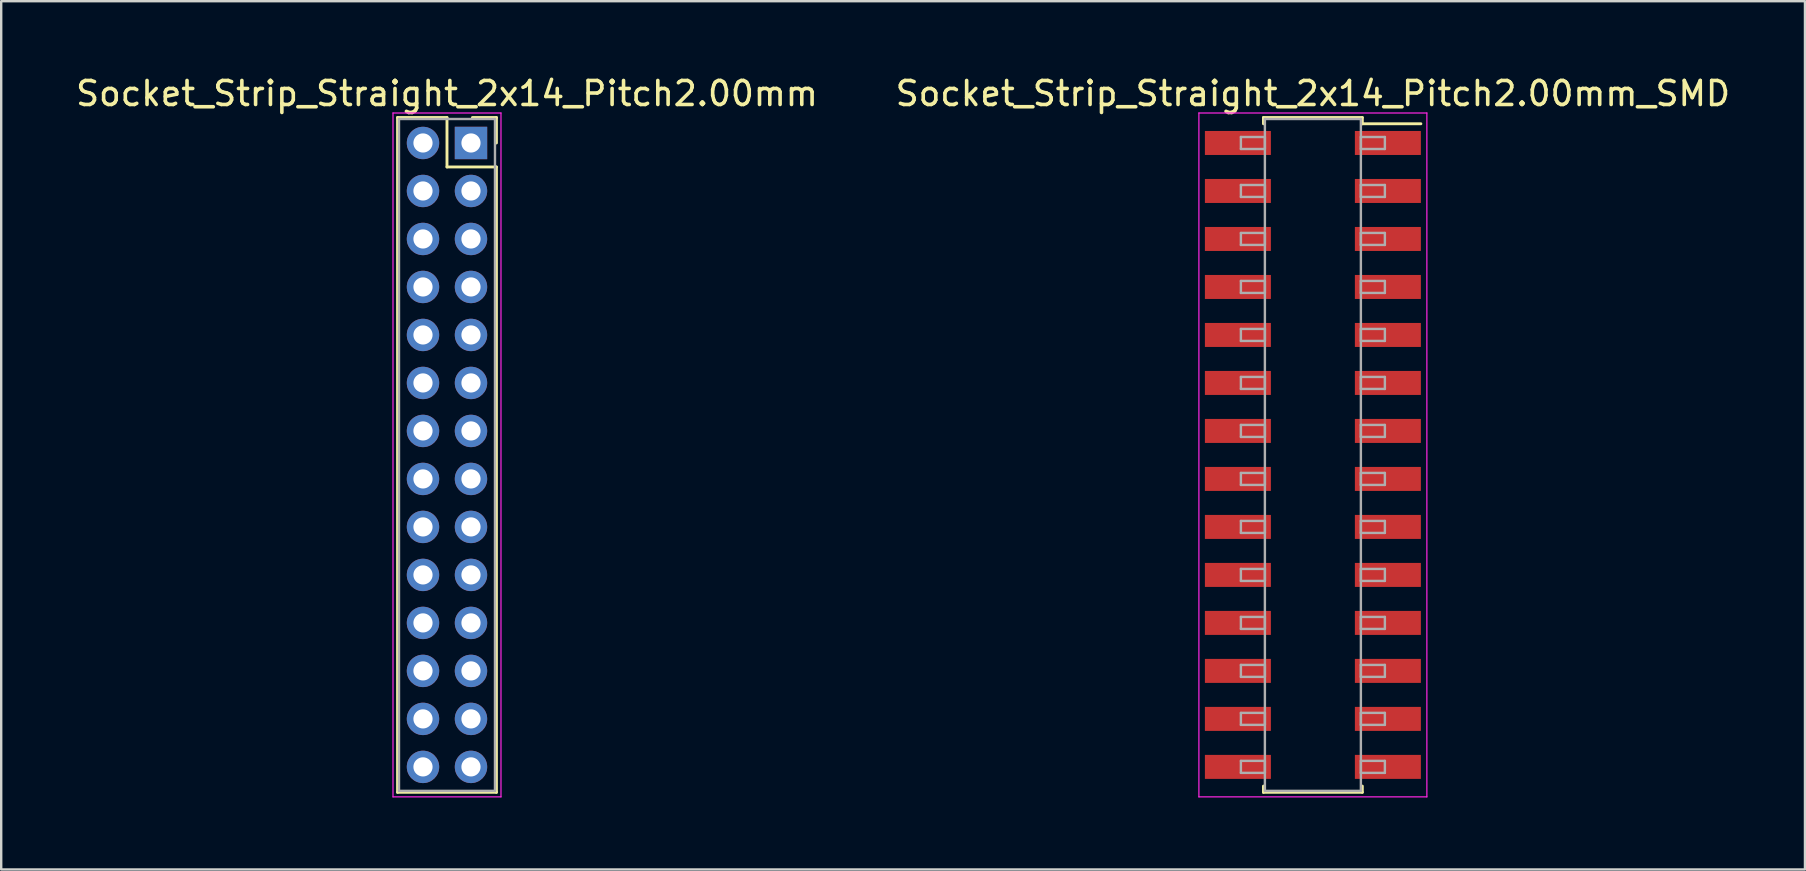
<source format=kicad_pcb>
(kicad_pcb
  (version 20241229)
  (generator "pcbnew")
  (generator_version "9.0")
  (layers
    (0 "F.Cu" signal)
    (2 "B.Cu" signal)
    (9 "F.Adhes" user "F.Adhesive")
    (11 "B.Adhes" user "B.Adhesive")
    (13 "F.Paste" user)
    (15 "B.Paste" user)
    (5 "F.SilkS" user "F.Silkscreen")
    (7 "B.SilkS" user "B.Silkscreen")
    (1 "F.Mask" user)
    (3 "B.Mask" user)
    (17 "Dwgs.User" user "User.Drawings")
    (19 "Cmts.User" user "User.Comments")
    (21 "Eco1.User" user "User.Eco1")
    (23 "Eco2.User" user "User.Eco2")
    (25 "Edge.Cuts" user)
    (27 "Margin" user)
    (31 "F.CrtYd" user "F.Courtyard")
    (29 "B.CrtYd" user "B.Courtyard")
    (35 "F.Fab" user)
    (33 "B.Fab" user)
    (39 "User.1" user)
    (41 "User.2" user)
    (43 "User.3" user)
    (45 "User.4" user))
  (footprint "Socket_Strip_Straight_2x14_Pitch2.00mm_SMD"
    (layer "F.Cu")
    (at 51.661 15.908)
    (property "Reference" "Socket_Strip_Straight_2x14_Pitch2.00mm_SMD" (at 0 -15.06 0) (layer "F.SilkS") (effects (font (size 1 1) (thickness 0.15))))
    (attr smd)
    (fp_line (start -2.06 -14.06) (end 2.06 -14.06) (stroke (width 0.12) (type solid)) (layer "F.SilkS"))
    (fp_line (start -2.06 -13.8) (end -2.06 -14.06) (stroke (width 0.12) (type solid)) (layer "F.SilkS"))
    (fp_line (start -2.06 13.8) (end -2.06 14.06) (stroke (width 0.12) (type solid)) (layer "F.SilkS"))
    (fp_line (start -2.06 14.06) (end 2.06 14.06) (stroke (width 0.12) (type solid)) (layer "F.SilkS"))
    (fp_line (start 2.06 -14.06) (end 2.06 -13.8) (stroke (width 0.12) (type solid)) (layer "F.SilkS"))
    (fp_line (start 2.06 14.06) (end 2.06 13.8) (stroke (width 0.12) (type solid)) (layer "F.SilkS"))
    (fp_line (start 4.5 -13.8) (end 2.06 -13.8) (stroke (width 0.12) (type solid)) (layer "F.SilkS"))
    (fp_line (start -4.75 -14.25) (end -4.75 14.25) (stroke (width 0.05) (type solid)) (layer "F.CrtYd"))
    (fp_line (start -4.75 14.25) (end 4.75 14.25) (stroke (width 0.05) (type solid)) (layer "F.CrtYd"))
    (fp_line (start 4.75 -14.25) (end -4.75 -14.25) (stroke (width 0.05) (type solid)) (layer "F.CrtYd"))
    (fp_line (start 4.75 14.25) (end 4.75 -14.25) (stroke (width 0.05) (type solid)) (layer "F.CrtYd"))
    (fp_line (start -3 -13.25) (end -2 -13.25) (stroke (width 0.1) (type solid)) (layer "F.Fab"))
    (fp_line (start -3 -12.75) (end -3 -13.25) (stroke (width 0.1) (type solid)) (layer "F.Fab"))
    (fp_line (start -3 -11.25) (end -2 -11.25) (stroke (width 0.1) (type solid)) (layer "F.Fab"))
    (fp_line (start -3 -10.75) (end -3 -11.25) (stroke (width 0.1) (type solid)) (layer "F.Fab"))
    (fp_line (start -3 -9.25) (end -2 -9.25) (stroke (width 0.1) (type solid)) (layer "F.Fab"))
    (fp_line (start -3 -8.75) (end -3 -9.25) (stroke (width 0.1) (type solid)) (layer "F.Fab"))
    (fp_line (start -3 -7.25) (end -2 -7.25) (stroke (width 0.1) (type solid)) (layer "F.Fab"))
    (fp_line (start -3 -6.75) (end -3 -7.25) (stroke (width 0.1) (type solid)) (layer "F.Fab"))
    (fp_line (start -3 -5.25) (end -2 -5.25) (stroke (width 0.1) (type solid)) (layer "F.Fab"))
    (fp_line (start -3 -4.75) (end -3 -5.25) (stroke (width 0.1) (type solid)) (layer "F.Fab"))
    (fp_line (start -3 -3.25) (end -2 -3.25) (stroke (width 0.1) (type solid)) (layer "F.Fab"))
    (fp_line (start -3 -2.75) (end -3 -3.25) (stroke (width 0.1) (type solid)) (layer "F.Fab"))
    (fp_line (start -3 -1.25) (end -2 -1.25) (stroke (width 0.1) (type solid)) (layer "F.Fab"))
    (fp_line (start -3 -0.75) (end -3 -1.25) (stroke (width 0.1) (type solid)) (layer "F.Fab"))
    (fp_line (start -3 0.75) (end -2 0.75) (stroke (width 0.1) (type solid)) (layer "F.Fab"))
    (fp_line (start -3 1.25) (end -3 0.75) (stroke (width 0.1) (type solid)) (layer "F.Fab"))
    (fp_line (start -3 2.75) (end -2 2.75) (stroke (width 0.1) (type solid)) (layer "F.Fab"))
    (fp_line (start -3 3.25) (end -3 2.75) (stroke (width 0.1) (type solid)) (layer "F.Fab"))
    (fp_line (start -3 4.75) (end -2 4.75) (stroke (width 0.1) (type solid)) (layer "F.Fab"))
    (fp_line (start -3 5.25) (end -3 4.75) (stroke (width 0.1) (type solid)) (layer "F.Fab"))
    (fp_line (start -3 6.75) (end -2 6.75) (stroke (width 0.1) (type solid)) (layer "F.Fab"))
    (fp_line (start -3 7.25) (end -3 6.75) (stroke (width 0.1) (type solid)) (layer "F.Fab"))
    (fp_line (start -3 8.75) (end -2 8.75) (stroke (width 0.1) (type solid)) (layer "F.Fab"))
    (fp_line (start -3 9.25) (end -3 8.75) (stroke (width 0.1) (type solid)) (layer "F.Fab"))
    (fp_line (start -3 10.75) (end -2 10.75) (stroke (width 0.1) (type solid)) (layer "F.Fab"))
    (fp_line (start -3 11.25) (end -3 10.75) (stroke (width 0.1) (type solid)) (layer "F.Fab"))
    (fp_line (start -3 12.75) (end -2 12.75) (stroke (width 0.1) (type solid)) (layer "F.Fab"))
    (fp_line (start -3 13.25) (end -3 12.75) (stroke (width 0.1) (type solid)) (layer "F.Fab"))
    (fp_line (start -2 -14) (end -2 14) (stroke (width 0.1) (type solid)) (layer "F.Fab"))
    (fp_line (start -2 -13.25) (end -2 -12.75) (stroke (width 0.1) (type solid)) (layer "F.Fab"))
    (fp_line (start -2 -12.75) (end -3 -12.75) (stroke (width 0.1) (type solid)) (layer "F.Fab"))
    (fp_line (start -2 -11.25) (end -2 -10.75) (stroke (width 0.1) (type solid)) (layer "F.Fab"))
    (fp_line (start -2 -10.75) (end -3 -10.75) (stroke (width 0.1) (type solid)) (layer "F.Fab"))
    (fp_line (start -2 -9.25) (end -2 -8.75) (stroke (width 0.1) (type solid)) (layer "F.Fab"))
    (fp_line (start -2 -8.75) (end -3 -8.75) (stroke (width 0.1) (type solid)) (layer "F.Fab"))
    (fp_line (start -2 -7.25) (end -2 -6.75) (stroke (width 0.1) (type solid)) (layer "F.Fab"))
    (fp_line (start -2 -6.75) (end -3 -6.75) (stroke (width 0.1) (type solid)) (layer "F.Fab"))
    (fp_line (start -2 -5.25) (end -2 -4.75) (stroke (width 0.1) (type solid)) (layer "F.Fab"))
    (fp_line (start -2 -4.75) (end -3 -4.75) (stroke (width 0.1) (type solid)) (layer "F.Fab"))
    (fp_line (start -2 -3.25) (end -2 -2.75) (stroke (width 0.1) (type solid)) (layer "F.Fab"))
    (fp_line (start -2 -2.75) (end -3 -2.75) (stroke (width 0.1) (type solid)) (layer "F.Fab"))
    (fp_line (start -2 -1.25) (end -2 -0.75) (stroke (width 0.1) (type solid)) (layer "F.Fab"))
    (fp_line (start -2 -0.75) (end -3 -0.75) (stroke (width 0.1) (type solid)) (layer "F.Fab"))
    (fp_line (start -2 0.75) (end -2 1.25) (stroke (width 0.1) (type solid)) (layer "F.Fab"))
    (fp_line (start -2 1.25) (end -3 1.25) (stroke (width 0.1) (type solid)) (layer "F.Fab"))
    (fp_line (start -2 2.75) (end -2 3.25) (stroke (width 0.1) (type solid)) (layer "F.Fab"))
    (fp_line (start -2 3.25) (end -3 3.25) (stroke (width 0.1) (type solid)) (layer "F.Fab"))
    (fp_line (start -2 4.75) (end -2 5.25) (stroke (width 0.1) (type solid)) (layer "F.Fab"))
    (fp_line (start -2 5.25) (end -3 5.25) (stroke (width 0.1) (type solid)) (layer "F.Fab"))
    (fp_line (start -2 6.75) (end -2 7.25) (stroke (width 0.1) (type solid)) (layer "F.Fab"))
    (fp_line (start -2 7.25) (end -3 7.25) (stroke (width 0.1) (type solid)) (layer "F.Fab"))
    (fp_line (start -2 8.75) (end -2 9.25) (stroke (width 0.1) (type solid)) (layer "F.Fab"))
    (fp_line (start -2 9.25) (end -3 9.25) (stroke (width 0.1) (type solid)) (layer "F.Fab"))
    (fp_line (start -2 10.75) (end -2 11.25) (stroke (width 0.1) (type solid)) (layer "F.Fab"))
    (fp_line (start -2 11.25) (end -3 11.25) (stroke (width 0.1) (type solid)) (layer "F.Fab"))
    (fp_line (start -2 12.75) (end -2 13.25) (stroke (width 0.1) (type solid)) (layer "F.Fab"))
    (fp_line (start -2 13.25) (end -3 13.25) (stroke (width 0.1) (type solid)) (layer "F.Fab"))
    (fp_line (start -2 14) (end 2 14) (stroke (width 0.1) (type solid)) (layer "F.Fab"))
    (fp_line (start 2 -14) (end -2 -14) (stroke (width 0.1) (type solid)) (layer "F.Fab"))
    (fp_line (start 2 -13.25) (end 2 -12.75) (stroke (width 0.1) (type solid)) (layer "F.Fab"))
    (fp_line (start 2 -12.75) (end 3 -12.75) (stroke (width 0.1) (type solid)) (layer "F.Fab"))
    (fp_line (start 2 -11.25) (end 2 -10.75) (stroke (width 0.1) (type solid)) (layer "F.Fab"))
    (fp_line (start 2 -10.75) (end 3 -10.75) (stroke (width 0.1) (type solid)) (layer "F.Fab"))
    (fp_line (start 2 -9.25) (end 2 -8.75) (stroke (width 0.1) (type solid)) (layer "F.Fab"))
    (fp_line (start 2 -8.75) (end 3 -8.75) (stroke (width 0.1) (type solid)) (layer "F.Fab"))
    (fp_line (start 2 -7.25) (end 2 -6.75) (stroke (width 0.1) (type solid)) (layer "F.Fab"))
    (fp_line (start 2 -6.75) (end 3 -6.75) (stroke (width 0.1) (type solid)) (layer "F.Fab"))
    (fp_line (start 2 -5.25) (end 2 -4.75) (stroke (width 0.1) (type solid)) (layer "F.Fab"))
    (fp_line (start 2 -4.75) (end 3 -4.75) (stroke (width 0.1) (type solid)) (layer "F.Fab"))
    (fp_line (start 2 -3.25) (end 2 -2.75) (stroke (width 0.1) (type solid)) (layer "F.Fab"))
    (fp_line (start 2 -2.75) (end 3 -2.75) (stroke (width 0.1) (type solid)) (layer "F.Fab"))
    (fp_line (start 2 -1.25) (end 2 -0.75) (stroke (width 0.1) (type solid)) (layer "F.Fab"))
    (fp_line (start 2 -0.75) (end 3 -0.75) (stroke (width 0.1) (type solid)) (layer "F.Fab"))
    (fp_line (start 2 0.75) (end 2 1.25) (stroke (width 0.1) (type solid)) (layer "F.Fab"))
    (fp_line (start 2 1.25) (end 3 1.25) (stroke (width 0.1) (type solid)) (layer "F.Fab"))
    (fp_line (start 2 2.75) (end 2 3.25) (stroke (width 0.1) (type solid)) (layer "F.Fab"))
    (fp_line (start 2 3.25) (end 3 3.25) (stroke (width 0.1) (type solid)) (layer "F.Fab"))
    (fp_line (start 2 4.75) (end 2 5.25) (stroke (width 0.1) (type solid)) (layer "F.Fab"))
    (fp_line (start 2 5.25) (end 3 5.25) (stroke (width 0.1) (type solid)) (layer "F.Fab"))
    (fp_line (start 2 6.75) (end 2 7.25) (stroke (width 0.1) (type solid)) (layer "F.Fab"))
    (fp_line (start 2 7.25) (end 3 7.25) (stroke (width 0.1) (type solid)) (layer "F.Fab"))
    (fp_line (start 2 8.75) (end 2 9.25) (stroke (width 0.1) (type solid)) (layer "F.Fab"))
    (fp_line (start 2 9.25) (end 3 9.25) (stroke (width 0.1) (type solid)) (layer "F.Fab"))
    (fp_line (start 2 10.75) (end 2 11.25) (stroke (width 0.1) (type solid)) (layer "F.Fab"))
    (fp_line (start 2 11.25) (end 3 11.25) (stroke (width 0.1) (type solid)) (layer "F.Fab"))
    (fp_line (start 2 12.75) (end 2 13.25) (stroke (width 0.1) (type solid)) (layer "F.Fab"))
    (fp_line (start 2 13.25) (end 3 13.25) (stroke (width 0.1) (type solid)) (layer "F.Fab"))
    (fp_line (start 2 14) (end 2 -14) (stroke (width 0.1) (type solid)) (layer "F.Fab"))
    (fp_line (start 3 -13.25) (end 2 -13.25) (stroke (width 0.1) (type solid)) (layer "F.Fab"))
    (fp_line (start 3 -12.75) (end 3 -13.25) (stroke (width 0.1) (type solid)) (layer "F.Fab"))
    (fp_line (start 3 -11.25) (end 2 -11.25) (stroke (width 0.1) (type solid)) (layer "F.Fab"))
    (fp_line (start 3 -10.75) (end 3 -11.25) (stroke (width 0.1) (type solid)) (layer "F.Fab"))
    (fp_line (start 3 -9.25) (end 2 -9.25) (stroke (width 0.1) (type solid)) (layer "F.Fab"))
    (fp_line (start 3 -8.75) (end 3 -9.25) (stroke (width 0.1) (type solid)) (layer "F.Fab"))
    (fp_line (start 3 -7.25) (end 2 -7.25) (stroke (width 0.1) (type solid)) (layer "F.Fab"))
    (fp_line (start 3 -6.75) (end 3 -7.25) (stroke (width 0.1) (type solid)) (layer "F.Fab"))
    (fp_line (start 3 -5.25) (end 2 -5.25) (stroke (width 0.1) (type solid)) (layer "F.Fab"))
    (fp_line (start 3 -4.75) (end 3 -5.25) (stroke (width 0.1) (type solid)) (layer "F.Fab"))
    (fp_line (start 3 -3.25) (end 2 -3.25) (stroke (width 0.1) (type solid)) (layer "F.Fab"))
    (fp_line (start 3 -2.75) (end 3 -3.25) (stroke (width 0.1) (type solid)) (layer "F.Fab"))
    (fp_line (start 3 -1.25) (end 2 -1.25) (stroke (width 0.1) (type solid)) (layer "F.Fab"))
    (fp_line (start 3 -0.75) (end 3 -1.25) (stroke (width 0.1) (type solid)) (layer "F.Fab"))
    (fp_line (start 3 0.75) (end 2 0.75) (stroke (width 0.1) (type solid)) (layer "F.Fab"))
    (fp_line (start 3 1.25) (end 3 0.75) (stroke (width 0.1) (type solid)) (layer "F.Fab"))
    (fp_line (start 3 2.75) (end 2 2.75) (stroke (width 0.1) (type solid)) (layer "F.Fab"))
    (fp_line (start 3 3.25) (end 3 2.75) (stroke (width 0.1) (type solid)) (layer "F.Fab"))
    (fp_line (start 3 4.75) (end 2 4.75) (stroke (width 0.1) (type solid)) (layer "F.Fab"))
    (fp_line (start 3 5.25) (end 3 4.75) (stroke (width 0.1) (type solid)) (layer "F.Fab"))
    (fp_line (start 3 6.75) (end 2 6.75) (stroke (width 0.1) (type solid)) (layer "F.Fab"))
    (fp_line (start 3 7.25) (end 3 6.75) (stroke (width 0.1) (type solid)) (layer "F.Fab"))
    (fp_line (start 3 8.75) (end 2 8.75) (stroke (width 0.1) (type solid)) (layer "F.Fab"))
    (fp_line (start 3 9.25) (end 3 8.75) (stroke (width 0.1) (type solid)) (layer "F.Fab"))
    (fp_line (start 3 10.75) (end 2 10.75) (stroke (width 0.1) (type solid)) (layer "F.Fab"))
    (fp_line (start 3 11.25) (end 3 10.75) (stroke (width 0.1) (type solid)) (layer "F.Fab"))
    (fp_line (start 3 12.75) (end 2 12.75) (stroke (width 0.1) (type solid)) (layer "F.Fab"))
    (fp_line (start 3 13.25) (end 3 12.75) (stroke (width 0.1) (type solid)) (layer "F.Fab"))
    (pad "1" smd rect (at 3.125 -13) (size 2.75 1) (layers "F.Cu" "F.Mask"))
    (pad "2" smd rect (at -3.125 -13) (size 2.75 1) (layers "F.Cu" "F.Mask"))
    (pad "3" smd rect (at 3.125 -11) (size 2.75 1) (layers "F.Cu" "F.Mask"))
    (pad "4" smd rect (at -3.125 -11) (size 2.75 1) (layers "F.Cu" "F.Mask"))
    (pad "5" smd rect (at 3.125 -9) (size 2.75 1) (layers "F.Cu" "F.Mask"))
    (pad "6" smd rect (at -3.125 -9) (size 2.75 1) (layers "F.Cu" "F.Mask"))
    (pad "7" smd rect (at 3.125 -7) (size 2.75 1) (layers "F.Cu" "F.Mask"))
    (pad "8" smd rect (at -3.125 -7) (size 2.75 1) (layers "F.Cu" "F.Mask"))
    (pad "9" smd rect (at 3.125 -5) (size 2.75 1) (layers "F.Cu" "F.Mask"))
    (pad "10" smd rect (at -3.125 -5) (size 2.75 1) (layers "F.Cu" "F.Mask"))
    (pad "11" smd rect (at 3.125 -3) (size 2.75 1) (layers "F.Cu" "F.Mask"))
    (pad "12" smd rect (at -3.125 -3) (size 2.75 1) (layers "F.Cu" "F.Mask"))
    (pad "13" smd rect (at 3.125 -1) (size 2.75 1) (layers "F.Cu" "F.Mask"))
    (pad "14" smd rect (at -3.125 -1) (size 2.75 1) (layers "F.Cu" "F.Mask"))
    (pad "15" smd rect (at 3.125 1) (size 2.75 1) (layers "F.Cu" "F.Mask"))
    (pad "16" smd rect (at -3.125 1) (size 2.75 1) (layers "F.Cu" "F.Mask"))
    (pad "17" smd rect (at 3.125 3) (size 2.75 1) (layers "F.Cu" "F.Mask"))
    (pad "18" smd rect (at -3.125 3) (size 2.75 1) (layers "F.Cu" "F.Mask"))
    (pad "19" smd rect (at 3.125 5) (size 2.75 1) (layers "F.Cu" "F.Mask"))
    (pad "20" smd rect (at -3.125 5) (size 2.75 1) (layers "F.Cu" "F.Mask"))
    (pad "21" smd rect (at 3.125 7) (size 2.75 1) (layers "F.Cu" "F.Mask"))
    (pad "22" smd rect (at -3.125 7) (size 2.75 1) (layers "F.Cu" "F.Mask"))
    (pad "23" smd rect (at 3.125 9) (size 2.75 1) (layers "F.Cu" "F.Mask"))
    (pad "24" smd rect (at -3.125 9) (size 2.75 1) (layers "F.Cu" "F.Mask"))
    (pad "25" smd rect (at 3.125 11) (size 2.75 1) (layers "F.Cu" "F.Mask"))
    (pad "26" smd rect (at -3.125 11) (size 2.75 1) (layers "F.Cu" "F.Mask"))
    (pad "27" smd rect (at 3.125 13) (size 2.75 1) (layers "F.Cu" "F.Mask"))
    (pad "28" smd rect (at -3.125 13) (size 2.75 1) (layers "F.Cu" "F.Mask")))
  (footprint "Socket_Strip_Straight_2x14_Pitch2.00mm"
    (layer "F.Cu")
    (at 16.577 2.908)
    (property "Reference" "Socket_Strip_Straight_2x14_Pitch2.00mm" (at -1 -2.06 0) (layer "F.SilkS") (effects (font (size 1 1) (thickness 0.15))))
    (attr through_hole)
    (fp_line (start -3.06 -1.06) (end -1 -1.06) (stroke (width 0.12) (type solid)) (layer "F.SilkS"))
    (fp_line (start -3.06 27.06) (end -3.06 -1.06) (stroke (width 0.12) (type solid)) (layer "F.SilkS"))
    (fp_line (start -1 -1.06) (end -1 1) (stroke (width 0.12) (type solid)) (layer "F.SilkS"))
    (fp_line (start -1 1) (end 1.06 1) (stroke (width 0.12) (type solid)) (layer "F.SilkS"))
    (fp_line (start 1.06 -1.06) (end 0.06 -1.06) (stroke (width 0.12) (type solid)) (layer "F.SilkS"))
    (fp_line (start 1.06 0) (end 1.06 -1.06) (stroke (width 0.12) (type solid)) (layer "F.SilkS"))
    (fp_line (start 1.06 1) (end 1.06 27.06) (stroke (width 0.12) (type solid)) (layer "F.SilkS"))
    (fp_line (start 1.06 27.06) (end -3.06 27.06) (stroke (width 0.12) (type solid)) (layer "F.SilkS"))
    (fp_line (start -3.25 -1.25) (end -3.25 27.25) (stroke (width 0.05) (type solid)) (layer "F.CrtYd"))
    (fp_line (start -3.25 27.25) (end 1.25 27.25) (stroke (width 0.05) (type solid)) (layer "F.CrtYd"))
    (fp_line (start 1.25 -1.25) (end -3.25 -1.25) (stroke (width 0.05) (type solid)) (layer "F.CrtYd"))
    (fp_line (start 1.25 27.25) (end 1.25 -1.25) (stroke (width 0.05) (type solid)) (layer "F.CrtYd"))
    (fp_line (start -3 -1) (end -3 27) (stroke (width 0.1) (type solid)) (layer "F.Fab"))
    (fp_line (start -3 27) (end 1 27) (stroke (width 0.1) (type solid)) (layer "F.Fab"))
    (fp_line (start 1 -1) (end -3 -1) (stroke (width 0.1) (type solid)) (layer "F.Fab"))
    (fp_line (start 1 27) (end 1 -1) (stroke (width 0.1) (type solid)) (layer "F.Fab"))
    (pad "1" thru_hole rect (at 0 0) (size 1.35 1.35) (drill 0.8) (layers "*.Cu" "*.Mask"))
    (pad "2" thru_hole oval (at -2 0) (size 1.35 1.35) (drill 0.8) (layers "*.Cu" "*.Mask"))
    (pad "3" thru_hole oval (at 0 2) (size 1.35 1.35) (drill 0.8) (layers "*.Cu" "*.Mask"))
    (pad "4" thru_hole oval (at -2 2) (size 1.35 1.35) (drill 0.8) (layers "*.Cu" "*.Mask"))
    (pad "5" thru_hole oval (at 0 4) (size 1.35 1.35) (drill 0.8) (layers "*.Cu" "*.Mask"))
    (pad "6" thru_hole oval (at -2 4) (size 1.35 1.35) (drill 0.8) (layers "*.Cu" "*.Mask"))
    (pad "7" thru_hole oval (at 0 6) (size 1.35 1.35) (drill 0.8) (layers "*.Cu" "*.Mask"))
    (pad "8" thru_hole oval (at -2 6) (size 1.35 1.35) (drill 0.8) (layers "*.Cu" "*.Mask"))
    (pad "9" thru_hole oval (at 0 8) (size 1.35 1.35) (drill 0.8) (layers "*.Cu" "*.Mask"))
    (pad "10" thru_hole oval (at -2 8) (size 1.35 1.35) (drill 0.8) (layers "*.Cu" "*.Mask"))
    (pad "11" thru_hole oval (at 0 10) (size 1.35 1.35) (drill 0.8) (layers "*.Cu" "*.Mask"))
    (pad "12" thru_hole oval (at -2 10) (size 1.35 1.35) (drill 0.8) (layers "*.Cu" "*.Mask"))
    (pad "13" thru_hole oval (at 0 12) (size 1.35 1.35) (drill 0.8) (layers "*.Cu" "*.Mask"))
    (pad "14" thru_hole oval (at -2 12) (size 1.35 1.35) (drill 0.8) (layers "*.Cu" "*.Mask"))
    (pad "15" thru_hole oval (at 0 14) (size 1.35 1.35) (drill 0.8) (layers "*.Cu" "*.Mask"))
    (pad "16" thru_hole oval (at -2 14) (size 1.35 1.35) (drill 0.8) (layers "*.Cu" "*.Mask"))
    (pad "17" thru_hole oval (at 0 16) (size 1.35 1.35) (drill 0.8) (layers "*.Cu" "*.Mask"))
    (pad "18" thru_hole oval (at -2 16) (size 1.35 1.35) (drill 0.8) (layers "*.Cu" "*.Mask"))
    (pad "19" thru_hole oval (at 0 18) (size 1.35 1.35) (drill 0.8) (layers "*.Cu" "*.Mask"))
    (pad "20" thru_hole oval (at -2 18) (size 1.35 1.35) (drill 0.8) (layers "*.Cu" "*.Mask"))
    (pad "21" thru_hole oval (at 0 20) (size 1.35 1.35) (drill 0.8) (layers "*.Cu" "*.Mask"))
    (pad "22" thru_hole oval (at -2 20) (size 1.35 1.35) (drill 0.8) (layers "*.Cu" "*.Mask"))
    (pad "23" thru_hole oval (at 0 22) (size 1.35 1.35) (drill 0.8) (layers "*.Cu" "*.Mask"))
    (pad "24" thru_hole oval (at -2 22) (size 1.35 1.35) (drill 0.8) (layers "*.Cu" "*.Mask"))
    (pad "25" thru_hole oval (at 0 24) (size 1.35 1.35) (drill 0.8) (layers "*.Cu" "*.Mask"))
    (pad "26" thru_hole oval (at -2 24) (size 1.35 1.35) (drill 0.8) (layers "*.Cu" "*.Mask"))
    (pad "27" thru_hole oval (at 0 26) (size 1.35 1.35) (drill 0.8) (layers "*.Cu" "*.Mask"))
    (pad "28" thru_hole oval (at -2 26) (size 1.35 1.35) (drill 0.8) (layers "*.Cu" "*.Mask")))
  (gr_rect
    (start -3 -3)
    (end 72.167 33.183)
    (stroke (width 0.1) (type default))
    (fill no)
    (layer "Edge.Cuts")))
</source>
